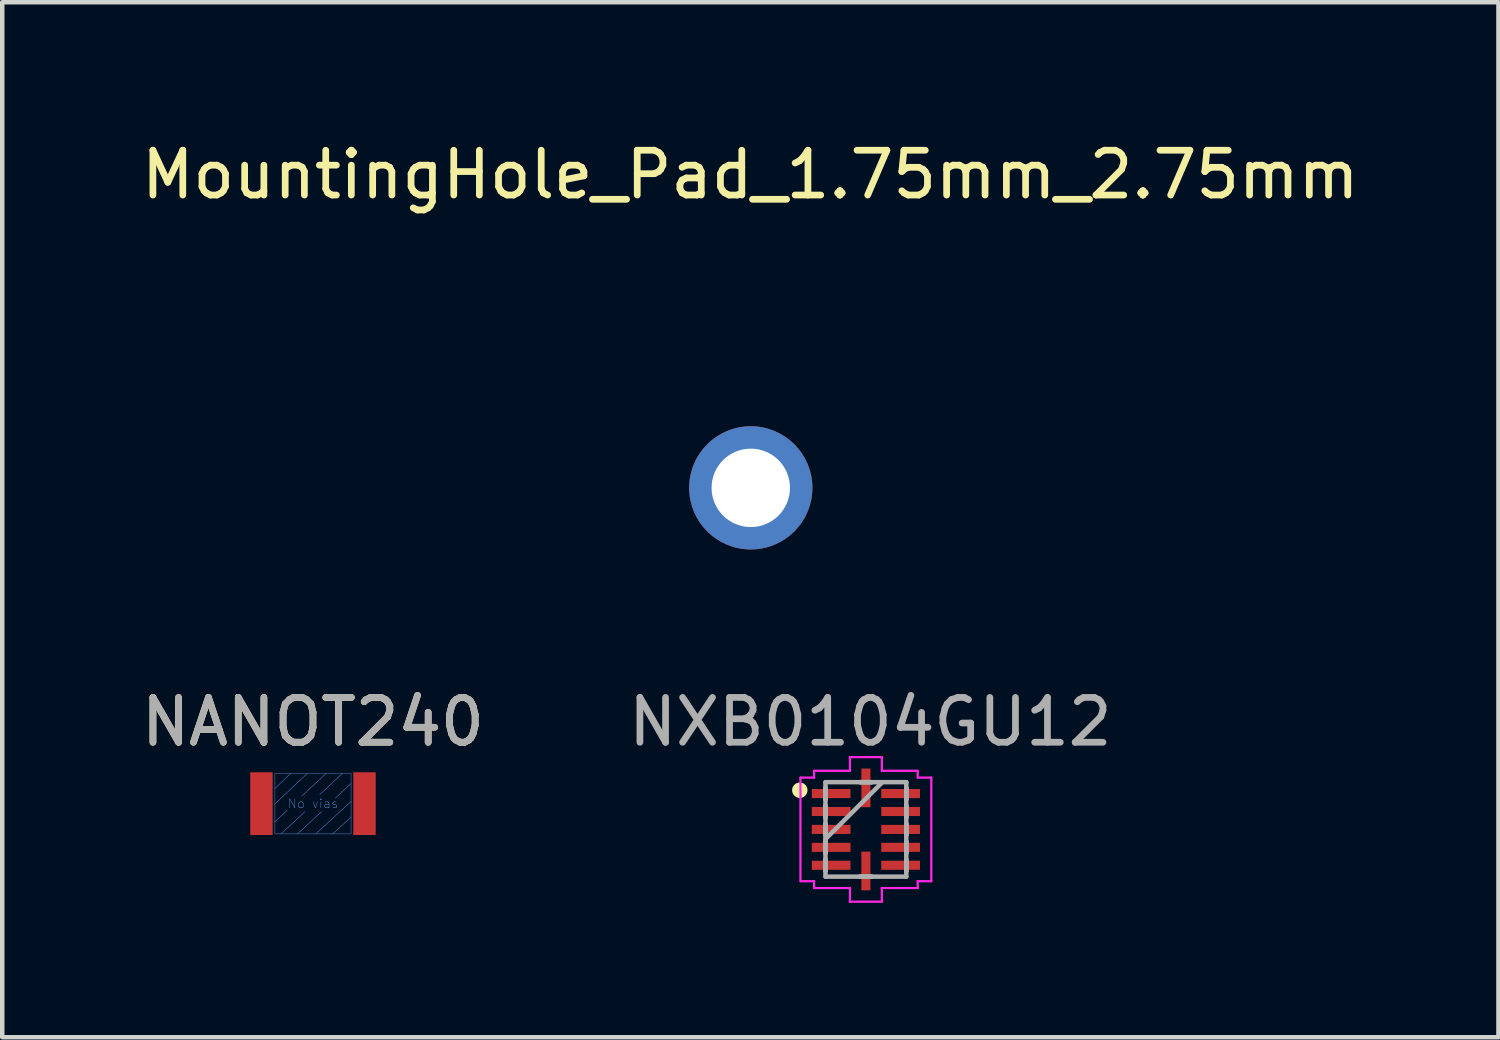
<source format=kicad_pcb>
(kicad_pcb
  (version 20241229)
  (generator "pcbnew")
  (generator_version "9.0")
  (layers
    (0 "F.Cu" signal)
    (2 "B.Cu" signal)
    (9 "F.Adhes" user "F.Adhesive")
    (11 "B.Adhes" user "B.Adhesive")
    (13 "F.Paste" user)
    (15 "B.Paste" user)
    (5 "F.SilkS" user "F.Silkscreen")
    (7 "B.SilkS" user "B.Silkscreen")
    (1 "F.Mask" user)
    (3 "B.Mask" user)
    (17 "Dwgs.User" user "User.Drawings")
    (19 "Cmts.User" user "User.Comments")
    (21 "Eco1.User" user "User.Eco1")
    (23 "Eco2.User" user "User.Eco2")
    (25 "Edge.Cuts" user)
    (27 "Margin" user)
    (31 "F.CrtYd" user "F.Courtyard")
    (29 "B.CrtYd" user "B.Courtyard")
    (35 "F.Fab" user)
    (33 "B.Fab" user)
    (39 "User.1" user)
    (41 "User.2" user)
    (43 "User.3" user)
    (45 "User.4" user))
  (footprint "NXB0104GU12"
    (layer "F.Cu")
    (at 16.275 15.461)
    (property "Reference" "NXB0104GU12" (at 0.1 -2.4 0) (layer "F.Fab") (effects (font (size 1 1) (thickness 0.15))))
    (attr smd)
    (fp_circle (center -1.475 -0.875) (end -1.363 -0.875) (stroke (width 0.12) (type solid)) (fill yes) (layer "F.SilkS"))
    (fp_line (start -1.46 -1.156) (end -1.156 -1.156) (stroke (width 0.05) (type solid)) (layer "F.CrtYd"))
    (fp_line (start -1.46 1.156) (end -1.46 -1.156) (stroke (width 0.05) (type solid)) (layer "F.CrtYd"))
    (fp_line (start -1.156 -1.308) (end -0.356 -1.308) (stroke (width 0.05) (type solid)) (layer "F.CrtYd"))
    (fp_line (start -1.156 -1.156) (end -1.156 -1.308) (stroke (width 0.05) (type solid)) (layer "F.CrtYd"))
    (fp_line (start -1.156 1.156) (end -1.46 1.156) (stroke (width 0.05) (type solid)) (layer "F.CrtYd"))
    (fp_line (start -1.156 1.308) (end -1.156 1.156) (stroke (width 0.05) (type solid)) (layer "F.CrtYd"))
    (fp_line (start -0.356 -1.613) (end 0.356 -1.613) (stroke (width 0.05) (type solid)) (layer "F.CrtYd"))
    (fp_line (start -0.356 -1.308) (end -0.356 -1.613) (stroke (width 0.05) (type solid)) (layer "F.CrtYd"))
    (fp_line (start -0.356 1.308) (end -1.156 1.308) (stroke (width 0.05) (type solid)) (layer "F.CrtYd"))
    (fp_line (start -0.356 1.613) (end -0.356 1.308) (stroke (width 0.05) (type solid)) (layer "F.CrtYd"))
    (fp_line (start 0.356 -1.613) (end 0.356 -1.308) (stroke (width 0.05) (type solid)) (layer "F.CrtYd"))
    (fp_line (start 0.356 -1.308) (end 1.156 -1.308) (stroke (width 0.05) (type solid)) (layer "F.CrtYd"))
    (fp_line (start 0.356 1.308) (end 0.356 1.613) (stroke (width 0.05) (type solid)) (layer "F.CrtYd"))
    (fp_line (start 0.356 1.613) (end -0.356 1.613) (stroke (width 0.05) (type solid)) (layer "F.CrtYd"))
    (fp_line (start 1.156 -1.308) (end 1.156 -1.156) (stroke (width 0.05) (type solid)) (layer "F.CrtYd"))
    (fp_line (start 1.156 -1.156) (end 1.46 -1.156) (stroke (width 0.05) (type solid)) (layer "F.CrtYd"))
    (fp_line (start 1.156 1.156) (end 1.156 1.308) (stroke (width 0.05) (type solid)) (layer "F.CrtYd"))
    (fp_line (start 1.156 1.308) (end 0.356 1.308) (stroke (width 0.05) (type solid)) (layer "F.CrtYd"))
    (fp_line (start 1.46 -1.156) (end 1.46 1.156) (stroke (width 0.05) (type solid)) (layer "F.CrtYd"))
    (fp_line (start 1.46 1.156) (end 1.156 1.156) (stroke (width 0.05) (type solid)) (layer "F.CrtYd"))
    (fp_line (start -0.902 -1.054) (end -0.902 1.054) (stroke (width 0.1) (type solid)) (layer "F.Fab"))
    (fp_line (start -0.902 -0.927) (end -0.902 -0.927) (stroke (width 0.1) (type solid)) (layer "F.Fab"))
    (fp_line (start -0.902 -0.927) (end -0.902 -0.673) (stroke (width 0.1) (type solid)) (layer "F.Fab"))
    (fp_line (start -0.902 -0.673) (end -0.902 -0.927) (stroke (width 0.1) (type solid)) (layer "F.Fab"))
    (fp_line (start -0.902 -0.673) (end -0.902 -0.673) (stroke (width 0.1) (type solid)) (layer "F.Fab"))
    (fp_line (start -0.902 -0.527) (end -0.902 -0.527) (stroke (width 0.1) (type solid)) (layer "F.Fab"))
    (fp_line (start -0.902 -0.527) (end -0.902 -0.273) (stroke (width 0.1) (type solid)) (layer "F.Fab"))
    (fp_line (start -0.902 -0.273) (end -0.902 -0.527) (stroke (width 0.1) (type solid)) (layer "F.Fab"))
    (fp_line (start -0.902 -0.273) (end -0.902 -0.273) (stroke (width 0.1) (type solid)) (layer "F.Fab"))
    (fp_line (start -0.902 -0.127) (end -0.902 -0.127) (stroke (width 0.1) (type solid)) (layer "F.Fab"))
    (fp_line (start -0.902 -0.127) (end -0.902 0.127) (stroke (width 0.1) (type solid)) (layer "F.Fab"))
    (fp_line (start -0.902 0.127) (end -0.902 -0.127) (stroke (width 0.1) (type solid)) (layer "F.Fab"))
    (fp_line (start -0.902 0.127) (end -0.902 0.127) (stroke (width 0.1) (type solid)) (layer "F.Fab"))
    (fp_line (start -0.902 0.216) (end 0.368 -1.054) (stroke (width 0.1) (type solid)) (layer "F.Fab"))
    (fp_line (start -0.902 0.273) (end -0.902 0.273) (stroke (width 0.1) (type solid)) (layer "F.Fab"))
    (fp_line (start -0.902 0.273) (end -0.902 0.527) (stroke (width 0.1) (type solid)) (layer "F.Fab"))
    (fp_line (start -0.902 0.527) (end -0.902 0.273) (stroke (width 0.1) (type solid)) (layer "F.Fab"))
    (fp_line (start -0.902 0.527) (end -0.902 0.527) (stroke (width 0.1) (type solid)) (layer "F.Fab"))
    (fp_line (start -0.902 0.673) (end -0.902 0.673) (stroke (width 0.1) (type solid)) (layer "F.Fab"))
    (fp_line (start -0.902 0.673) (end -0.902 0.927) (stroke (width 0.1) (type solid)) (layer "F.Fab"))
    (fp_line (start -0.902 0.927) (end -0.902 0.673) (stroke (width 0.1) (type solid)) (layer "F.Fab"))
    (fp_line (start -0.902 0.927) (end -0.902 0.927) (stroke (width 0.1) (type solid)) (layer "F.Fab"))
    (fp_line (start -0.902 1.054) (end 0.902 1.054) (stroke (width 0.1) (type solid)) (layer "F.Fab"))
    (fp_line (start -0.127 -1.054) (end -0.127 -1.054) (stroke (width 0.1) (type solid)) (layer "F.Fab"))
    (fp_line (start -0.127 -1.054) (end 0.127 -1.054) (stroke (width 0.1) (type solid)) (layer "F.Fab"))
    (fp_line (start -0.127 1.054) (end -0.127 1.054) (stroke (width 0.1) (type solid)) (layer "F.Fab"))
    (fp_line (start -0.127 1.054) (end 0.127 1.054) (stroke (width 0.1) (type solid)) (layer "F.Fab"))
    (fp_line (start 0.127 -1.054) (end -0.127 -1.054) (stroke (width 0.1) (type solid)) (layer "F.Fab"))
    (fp_line (start 0.127 -1.054) (end 0.127 -1.054) (stroke (width 0.1) (type solid)) (layer "F.Fab"))
    (fp_line (start 0.127 1.054) (end -0.127 1.054) (stroke (width 0.1) (type solid)) (layer "F.Fab"))
    (fp_line (start 0.127 1.054) (end 0.127 1.054) (stroke (width 0.1) (type solid)) (layer "F.Fab"))
    (fp_line (start 0.902 -1.054) (end -0.902 -1.054) (stroke (width 0.1) (type solid)) (layer "F.Fab"))
    (fp_line (start 0.902 -0.927) (end 0.902 -0.927) (stroke (width 0.1) (type solid)) (layer "F.Fab"))
    (fp_line (start 0.902 -0.927) (end 0.902 -0.673) (stroke (width 0.1) (type solid)) (layer "F.Fab"))
    (fp_line (start 0.902 -0.673) (end 0.902 -0.927) (stroke (width 0.1) (type solid)) (layer "F.Fab"))
    (fp_line (start 0.902 -0.673) (end 0.902 -0.673) (stroke (width 0.1) (type solid)) (layer "F.Fab"))
    (fp_line (start 0.902 -0.527) (end 0.902 -0.527) (stroke (width 0.1) (type solid)) (layer "F.Fab"))
    (fp_line (start 0.902 -0.527) (end 0.902 -0.273) (stroke (width 0.1) (type solid)) (layer "F.Fab"))
    (fp_line (start 0.902 -0.273) (end 0.902 -0.527) (stroke (width 0.1) (type solid)) (layer "F.Fab"))
    (fp_line (start 0.902 -0.273) (end 0.902 -0.273) (stroke (width 0.1) (type solid)) (layer "F.Fab"))
    (fp_line (start 0.902 -0.127) (end 0.902 -0.127) (stroke (width 0.1) (type solid)) (layer "F.Fab"))
    (fp_line (start 0.902 -0.127) (end 0.902 0.127) (stroke (width 0.1) (type solid)) (layer "F.Fab"))
    (fp_line (start 0.902 0.127) (end 0.902 -0.127) (stroke (width 0.1) (type solid)) (layer "F.Fab"))
    (fp_line (start 0.902 0.127) (end 0.902 0.127) (stroke (width 0.1) (type solid)) (layer "F.Fab"))
    (fp_line (start 0.902 0.273) (end 0.902 0.273) (stroke (width 0.1) (type solid)) (layer "F.Fab"))
    (fp_line (start 0.902 0.273) (end 0.902 0.527) (stroke (width 0.1) (type solid)) (layer "F.Fab"))
    (fp_line (start 0.902 0.527) (end 0.902 0.273) (stroke (width 0.1) (type solid)) (layer "F.Fab"))
    (fp_line (start 0.902 0.527) (end 0.902 0.527) (stroke (width 0.1) (type solid)) (layer "F.Fab"))
    (fp_line (start 0.902 0.673) (end 0.902 0.673) (stroke (width 0.1) (type solid)) (layer "F.Fab"))
    (fp_line (start 0.902 0.673) (end 0.902 0.927) (stroke (width 0.1) (type solid)) (layer "F.Fab"))
    (fp_line (start 0.902 0.927) (end 0.902 0.673) (stroke (width 0.1) (type solid)) (layer "F.Fab"))
    (fp_line (start 0.902 0.927) (end 0.902 0.927) (stroke (width 0.1) (type solid)) (layer "F.Fab"))
    (fp_line (start 0.902 1.054) (end 0.902 -1.054) (stroke (width 0.1) (type solid)) (layer "F.Fab"))
    (pad "1" smd rect (at -0.775 -0.8 90) (size 0.203 0.864) (layers "F.Cu" "F.Mask" "F.Paste"))
    (pad "2" smd rect (at -0.775 -0.4 90) (size 0.203 0.864) (layers "F.Cu" "F.Mask" "F.Paste"))
    (pad "3" smd rect (at -0.775 0 90) (size 0.203 0.864) (layers "F.Cu" "F.Mask" "F.Paste"))
    (pad "4" smd rect (at -0.775 0.4 90) (size 0.203 0.864) (layers "F.Cu" "F.Mask" "F.Paste"))
    (pad "5" smd rect (at -0.775 0.8 90) (size 0.203 0.864) (layers "F.Cu" "F.Mask" "F.Paste"))
    (pad "6" smd rect (at 0 0.927) (size 0.203 0.864) (layers "F.Cu" "F.Mask" "F.Paste"))
    (pad "7" smd rect (at 0.775 0.8 90) (size 0.203 0.864) (layers "F.Cu" "F.Mask" "F.Paste"))
    (pad "8" smd rect (at 0.775 0.4 90) (size 0.203 0.864) (layers "F.Cu" "F.Mask" "F.Paste"))
    (pad "9" smd rect (at 0.775 0 90) (size 0.203 0.864) (layers "F.Cu" "F.Mask" "F.Paste"))
    (pad "10" smd rect (at 0.775 -0.4 90) (size 0.203 0.864) (layers "F.Cu" "F.Mask" "F.Paste"))
    (pad "11" smd rect (at 0.775 -0.8 90) (size 0.203 0.864) (layers "F.Cu" "F.Mask" "F.Paste"))
    (pad "12" smd rect (at 0 -0.927) (size 0.203 0.864) (layers "F.Cu" "F.Mask" "F.Paste")))
  (footprint "NANOT240"
    (layer "F.Cu")
    (at 3.935 14.886)
    (property "Reference" "NANOT240" (at 0 -1.825 0) (unlocked yes) (layer "F.SilkS") (effects (font (size 1 1) (thickness 0.15))))
    (attr smd)
    (fp_line (start -0.85 -0.338) (end -0.5 -0.675) (stroke (width 0.01) (type solid)) (layer "Cmts.User"))
    (fp_line (start -0.85 0.006) (end -0.125 -0.675) (stroke (width 0.01) (type solid)) (layer "Cmts.User"))
    (fp_line (start -0.85 0.403) (end -0.575 0.15) (stroke (width 0.01) (type solid)) (layer "Cmts.User"))
    (fp_line (start -0.713 0.675) (end -0.175 0.175) (stroke (width 0.01) (type solid)) (layer "Cmts.User"))
    (fp_line (start -0.344 0.675) (end 0.194 0.175) (stroke (width 0.01) (type solid)) (layer "Cmts.User"))
    (fp_line (start -0.244 -0.175) (end 0.294 -0.675) (stroke (width 0.01) (type solid)) (layer "Cmts.User"))
    (fp_line (start 0.062 0.675) (end 0.85 -0.05) (stroke (width 0.01) (type solid)) (layer "Cmts.User"))
    (fp_line (start 0.15 -0.2) (end 0.656 -0.675) (stroke (width 0.01) (type solid)) (layer "Cmts.User"))
    (fp_line (start 0.438 0.675) (end 0.85 0.3) (stroke (width 0.01) (type solid)) (layer "Cmts.User"))
    (fp_line (start 0.5 -0.125) (end 0.85 -0.45) (stroke (width 0.01) (type solid)) (layer "Cmts.User"))
    (fp_rect (start -0.85 -0.675) (end 0.85 0.675) (stroke (width 0.01) (type solid)) (fill no) (layer "Cmts.User"))
    (fp_text user "No vias" (at 0 0 0) (unlocked yes) (layer "Cmts.User") (effects (font (size 0.2 0.2) (thickness 0.01))))
    (fp_text user "${REFERENCE}" (at 0 -1.825 0) (unlocked yes) (layer "F.Fab") (effects (font (size 1 1) (thickness 0.15))))
    (pad "1" smd rect (at -1.15 0) (size 0.5 1.4) (layers "F.Cu" "F.Mask" "F.Paste"))
    (pad "2" smd rect (at 1.15 0) (size 0.5 1.4) (layers "F.Cu" "F.Mask" "F.Paste")))
  (footprint "MountingHole_Pad_1.75mm_2.75mm"
    (layer "F.Cu")
    (at 13.706 7.838)
    (property "Reference" "MountingHole_Pad_1.75mm_2.75mm" (at -0.01 -6.99 0) (layer "F.SilkS") (effects (font (size 1 1) (thickness 0.15))))
    (attr through_hole)
    (pad "1" thru_hole circle (at 0 0) (size 2.75 2.75) (drill 1.75) (layers "*.Cu" "*.Mask")))
  (gr_rect
    (start -3 -3)
    (end 30.393 20.099)
    (stroke (width 0.1) (type default))
    (fill no)
    (layer "Edge.Cuts")))
</source>
